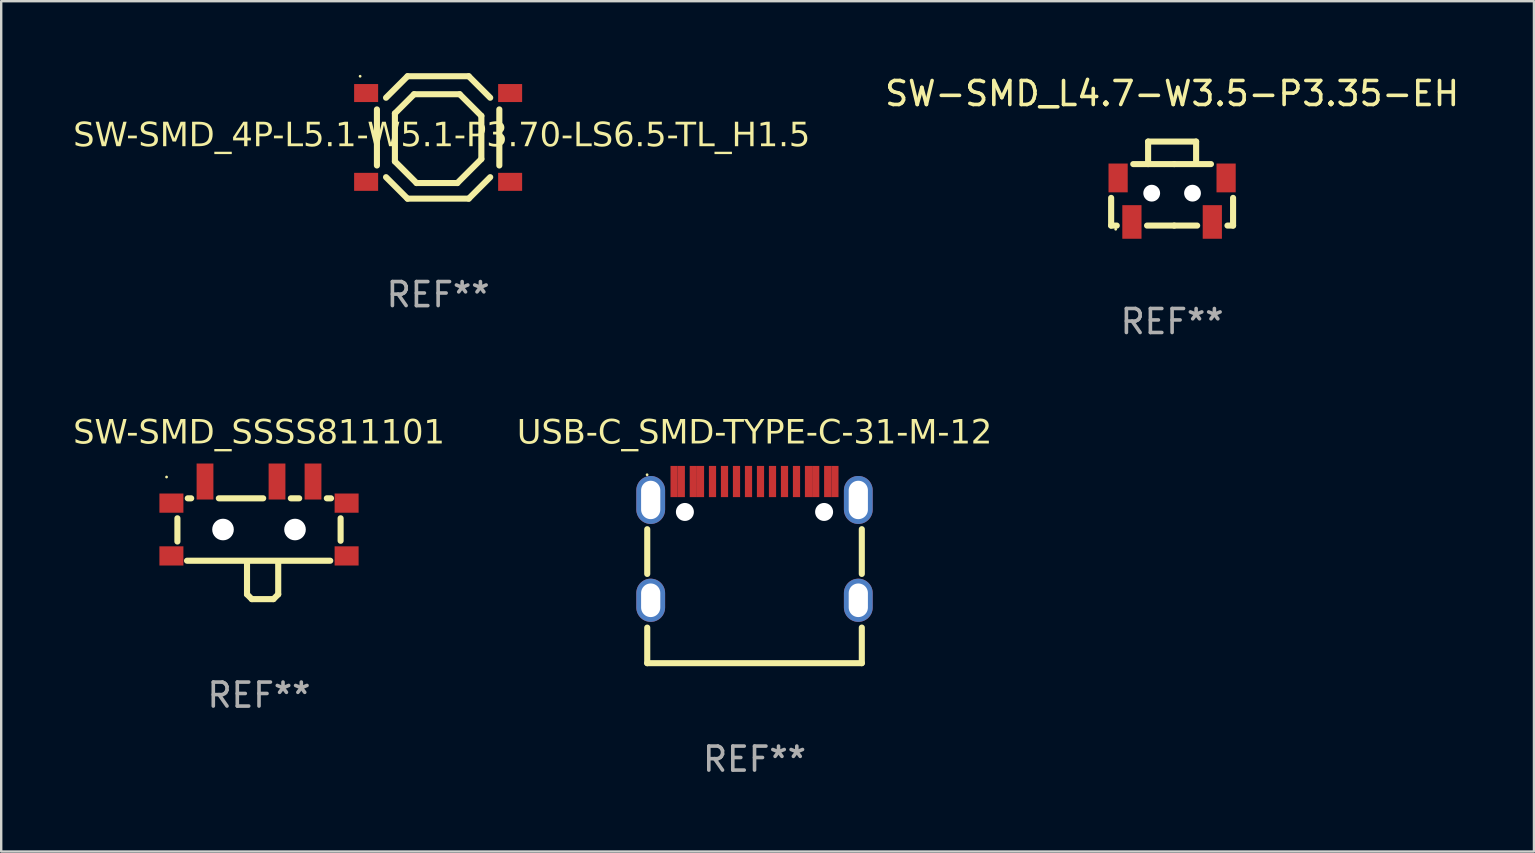
<source format=kicad_pcb>
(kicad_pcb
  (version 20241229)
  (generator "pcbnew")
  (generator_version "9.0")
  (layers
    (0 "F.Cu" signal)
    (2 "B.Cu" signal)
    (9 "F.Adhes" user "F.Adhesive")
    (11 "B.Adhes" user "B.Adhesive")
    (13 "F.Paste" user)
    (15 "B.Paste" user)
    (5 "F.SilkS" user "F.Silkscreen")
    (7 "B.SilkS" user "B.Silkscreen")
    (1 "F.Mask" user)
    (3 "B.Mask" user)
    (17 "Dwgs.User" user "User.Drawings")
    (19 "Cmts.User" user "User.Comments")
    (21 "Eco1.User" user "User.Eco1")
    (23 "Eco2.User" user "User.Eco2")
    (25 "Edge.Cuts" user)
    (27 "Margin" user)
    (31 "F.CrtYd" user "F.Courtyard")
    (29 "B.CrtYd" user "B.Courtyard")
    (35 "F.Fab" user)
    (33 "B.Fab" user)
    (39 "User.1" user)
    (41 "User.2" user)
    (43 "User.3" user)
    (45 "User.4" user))
  (footprint "SW-SMD_L4.7-W3.5-P3.35-EH"
    (layer "F.Cu")
    (at 45.787 5.281)
    (property "Reference" "SW-SMD_L4.7-W3.5-P3.35-EH" (at 0 -4.432 0) (layer "F.SilkS") (effects (font (size 1 1) (thickness 0.15))))
    (attr smd)
    (fp_line (start -2.54 1.068) (end -2.54 -0.086) (stroke (width 0.254) (type solid)) (layer "F.SilkS"))
    (fp_line (start -2.306 1.068) (end -2.54 1.068) (stroke (width 0.254) (type solid)) (layer "F.SilkS"))
    (fp_line (start -1 -2.432) (end -1 -1.494) (stroke (width 0.254) (type solid)) (layer "F.SilkS"))
    (fp_line (start -1 -2.432) (end 1 -2.432) (stroke (width 0.254) (type solid)) (layer "F.SilkS"))
    (fp_line (start 0.088 -1.494) (end -1.619 -1.494) (stroke (width 0.254) (type solid)) (layer "F.SilkS"))
    (fp_line (start 0.088 -1.494) (end 1.619 -1.494) (stroke (width 0.254) (type solid)) (layer "F.SilkS"))
    (fp_line (start 0.088 1.068) (end -1.044 1.068) (stroke (width 0.254) (type solid)) (layer "F.SilkS"))
    (fp_line (start 0.088 1.068) (end 1.044 1.068) (stroke (width 0.254) (type solid)) (layer "F.SilkS"))
    (fp_line (start 1 -2.432) (end 1 -1.513) (stroke (width 0.254) (type solid)) (layer "F.SilkS"))
    (fp_line (start 2.306 1.068) (end 2.54 1.068) (stroke (width 0.254) (type solid)) (layer "F.SilkS"))
    (fp_line (start 2.54 1.068) (end 2.54 -0.086) (stroke (width 0.254) (type solid)) (layer "F.SilkS"))
    (fp_circle (center -2.35 1.22) (end -2.32 1.22) (stroke (width 0.06) (type solid)) (fill no) (layer "F.SilkS"))
    (fp_circle (center -0.85 -0.282) (end -0.725 -0.282) (stroke (width 0.25) (type solid)) (fill no) (layer "F.Fab"))
    (fp_circle (center 0.85 -0.282) (end 0.975 -0.282) (stroke (width 0.25) (type solid)) (fill no) (layer "F.Fab"))
    (fp_text user "REF**" (at 0 5.068 0) (layer "F.Fab") (effects (font (size 1 1) (thickness 0.15))))
    (pad "" np_thru_hole circle (at -0.85 -0.282) (size 0.7 0.7) (drill 0.7) (layers "*.Cu" "*.Mask"))
    (pad "" np_thru_hole circle (at 0.85 -0.282) (size 0.7 0.7) (drill 0.7) (layers "*.Cu" "*.Mask"))
    (pad "1" smd rect (at -1.675 0.917) (size 0.8 1.4) (layers "F.Cu" "F.Mask" "F.Paste"))
    (pad "2" smd rect (at 1.675 0.917) (size 0.8 1.4) (layers "F.Cu" "F.Mask" "F.Paste"))
    (pad "3" smd rect (at -2.25 -0.917) (size 0.8 1.2) (layers "F.Cu" "F.Mask" "F.Paste"))
    (pad "4" smd rect (at 2.25 -0.917) (size 0.8 1.2) (layers "F.Cu" "F.Mask" "F.Paste")))
  (footprint "USB-C_SMD-TYPE-C-31-M-12"
    (layer "F.Cu")
    (at 28.387 19.487)
    (property "Reference" "USB-C_SMD-TYPE-C-31-M-12" (at 0.001 -4.474 0) (layer "F.SilkS") (effects (font (face "Anko Personal Use SemBd") (size 1 1) (thickness 0.15))))
    (attr through_hole)
    (fp_line (start -4.469 1.376) (end -4.469 -0.487) (stroke (width 0.254) (type solid)) (layer "F.SilkS"))
    (fp_line (start -4.469 5.094) (end -4.469 3.613) (stroke (width 0.254) (type solid)) (layer "F.SilkS"))
    (fp_line (start 4.471 1.376) (end 4.471 -0.488) (stroke (width 0.254) (type solid)) (layer "F.SilkS"))
    (fp_line (start 4.471 5.094) (end -4.469 5.094) (stroke (width 0.254) (type solid)) (layer "F.SilkS"))
    (fp_line (start 4.471 5.094) (end 4.471 3.612) (stroke (width 0.254) (type solid)) (layer "F.SilkS"))
    (fp_circle (center -4.475 -2.756) (end -4.445 -2.756) (stroke (width 0.06) (type solid)) (fill no) (layer "F.SilkS"))
    (fp_circle (center -2.9 -1.206) (end -2.775 -1.206) (stroke (width 0.25) (type solid)) (fill no) (layer "F.Fab"))
    (fp_circle (center 2.9 -1.206) (end 3.025 -1.206) (stroke (width 0.25) (type solid)) (fill no) (layer "F.Fab"))
    (fp_text user "REF**" (at 0.001 9.094 0) (layer "F.Fab") (effects (font (size 1 1) (thickness 0.15))))
    (pad "" np_thru_hole circle (at -2.9 -1.206) (size 0.75 0.75) (drill 0.75) (layers "*.Cu" "*.Mask"))
    (pad "" np_thru_hole circle (at 2.9 -1.206) (size 0.75 0.75) (drill 0.75) (layers "*.Cu" "*.Mask"))
    (pad "0" thru_hole oval (at -4.325 -1.706) (size 1.2 2) (drill oval 0.8 1.6) (layers "*.Cu" "*.Mask"))
    (pad "1" thru_hole oval (at 4.325 -1.706) (size 1.2 2) (drill oval 0.8 1.6) (layers "*.Cu" "*.Mask"))
    (pad "2" thru_hole oval (at 4.325 2.474) (size 1.2 1.8) (drill oval 0.8 1.4) (layers "*.Cu" "*.Mask"))
    (pad "3" thru_hole oval (at -4.325 2.474) (size 1.2 1.8) (drill oval 0.8 1.4) (layers "*.Cu" "*.Mask"))
    (pad "A1" smd rect (at -3.35 -2.474) (size 0.3 1.3) (layers "F.Cu" "F.Mask" "F.Paste"))
    (pad "A4" smd rect (at -2.55 -2.474) (size 0.3 1.3) (layers "F.Cu" "F.Mask" "F.Paste"))
    (pad "A5" smd rect (at -1.25 -2.474) (size 0.3 1.3) (layers "F.Cu" "F.Mask" "F.Paste"))
    (pad "A6" smd rect (at -0.25 -2.474) (size 0.3 1.3) (layers "F.Cu" "F.Mask" "F.Paste"))
    (pad "A7" smd rect (at 0.25 -2.474) (size 0.3 1.3) (layers "F.Cu" "F.Mask" "F.Paste"))
    (pad "A8" smd rect (at 1.25 -2.474) (size 0.3 1.3) (layers "F.Cu" "F.Mask" "F.Paste"))
    (pad "A9" smd rect (at 2.55 -2.474) (size 0.3 1.3) (layers "F.Cu" "F.Mask" "F.Paste"))
    (pad "A12" smd rect (at 3.35 -2.474) (size 0.3 1.3) (layers "F.Cu" "F.Mask" "F.Paste"))
    (pad "B1" smd rect (at 3.05 -2.474) (size 0.3 1.3) (layers "F.Cu" "F.Mask" "F.Paste"))
    (pad "B4" smd rect (at 2.25 -2.474) (size 0.3 1.3) (layers "F.Cu" "F.Mask" "F.Paste"))
    (pad "B5" smd rect (at 1.75 -2.474) (size 0.3 1.3) (layers "F.Cu" "F.Mask" "F.Paste"))
    (pad "B6" smd rect (at 0.75 -2.474) (size 0.3 1.3) (layers "F.Cu" "F.Mask" "F.Paste"))
    (pad "B7" smd rect (at -0.75 -2.474) (size 0.3 1.3) (layers "F.Cu" "F.Mask" "F.Paste"))
    (pad "B8" smd rect (at -1.75 -2.474) (size 0.3 1.3) (layers "F.Cu" "F.Mask" "F.Paste"))
    (pad "B9" smd rect (at -2.25 -2.474) (size 0.3 1.3) (layers "F.Cu" "F.Mask" "F.Paste"))
    (pad "B12" smd rect (at -3.05 -2.474) (size 0.3 1.3) (layers "F.Cu" "F.Mask" "F.Paste")))
  (footprint "SW-SMD_SSSS811101"
    (layer "F.Cu")
    (at 7.742 18.563)
    (property "Reference" "SW-SMD_SSSS811101" (at 0 -3.55 0) (layer "F.SilkS") (effects (font (face "Anko Personal Use SemBd") (size 1 1) (thickness 0.15))))
    (attr smd)
    (fp_line (start -3.4 0.95) (end -3.4 -0.019) (stroke (width 0.254) (type solid)) (layer "F.SilkS"))
    (fp_line (start -2.969 -0.85) (end -2.826 -0.85) (stroke (width 0.254) (type solid)) (layer "F.SilkS"))
    (fp_line (start -1.674 -0.85) (end 0.174 -0.85) (stroke (width 0.254) (type solid)) (layer "F.SilkS"))
    (fp_line (start -0.5 3.15) (end -0.5 1.85) (stroke (width 0.254) (type solid)) (layer "F.SilkS"))
    (fp_line (start -0.3 3.35) (end -0.5 3.15) (stroke (width 0.254) (type solid)) (layer "F.SilkS"))
    (fp_line (start -0.3 3.35) (end 0.6 3.35) (stroke (width 0.254) (type solid)) (layer "F.SilkS"))
    (fp_line (start 0.6 3.35) (end 0.8 3.15) (stroke (width 0.254) (type solid)) (layer "F.SilkS"))
    (fp_line (start 0.8 3.15) (end 0.8 1.85) (stroke (width 0.254) (type solid)) (layer "F.SilkS"))
    (fp_line (start 1.326 -0.85) (end 1.674 -0.85) (stroke (width 0.254) (type solid)) (layer "F.SilkS"))
    (fp_line (start 2.826 -0.85) (end 3 -0.85) (stroke (width 0.254) (type solid)) (layer "F.SilkS"))
    (fp_line (start 2.969 1.75) (end -3 1.75) (stroke (width 0.254) (type solid)) (layer "F.SilkS"))
    (fp_line (start 3.4 -0.019) (end 3.4 0.919) (stroke (width 0.254) (type solid)) (layer "F.SilkS"))
    (fp_circle (center -3.852 -1.738) (end -3.822 -1.738) (stroke (width 0.06) (type solid)) (fill no) (layer "F.SilkS"))
    (fp_circle (center -1.5 0.45) (end -1.3 0.45) (stroke (width 0.4) (type solid)) (fill no) (layer "F.Fab"))
    (fp_circle (center 1.5 0.45) (end 1.7 0.45) (stroke (width 0.4) (type solid)) (fill no) (layer "F.Fab"))
    (fp_text user "REF**" (at 0 7.35 0) (layer "F.Fab") (effects (font (size 1 1) (thickness 0.15))))
    (pad "" np_thru_hole circle (at -1.5 0.45) (size 0.9 0.9) (drill 0.9) (layers "*.Cu" "*.Mask"))
    (pad "" np_thru_hole circle (at 1.5 0.45) (size 0.9 0.9) (drill 0.9) (layers "*.Cu" "*.Mask"))
    (pad "1" smd rect (at -2.25 -1.55) (size 0.7 1.5) (layers "F.Cu" "F.Mask" "F.Paste"))
    (pad "2" smd rect (at 0.75 -1.55) (size 0.7 1.5) (layers "F.Cu" "F.Mask" "F.Paste"))
    (pad "3" smd rect (at 2.25 -1.55) (size 0.7 1.5) (layers "F.Cu" "F.Mask" "F.Paste"))
    (pad "4" smd rect (at -3.65 -0.65 90) (size 0.8 1) (layers "F.Cu" "F.Mask" "F.Paste"))
    (pad "5" smd rect (at 3.65 -0.65 90) (size 0.8 1) (layers "F.Cu" "F.Mask" "F.Paste"))
    (pad "6" smd rect (at 3.65 1.55 90) (size 0.8 1) (layers "F.Cu" "F.Mask" "F.Paste"))
    (pad "7" smd rect (at -3.65 1.55 90) (size 0.8 1) (layers "F.Cu" "F.Mask" "F.Paste")))
  (footprint "SW-SMD_4P-L5.1-W5.1-P3.70-LS6.5-TL_H1.5"
    (layer "F.Cu")
    (at 15.205 2.677)
    (property "Reference" "SW-SMD_4P-L5.1-W5.1-P3.70-LS6.5-TL_H1.5" (at 0.15 -0.05 0) (layer "F.SilkS") (effects (font (face "Anko Personal Use SemBd") (size 1 1) (thickness 0.15))))
    (attr smd)
    (fp_line (start -2.55 -1.168) (end -2.55 1.168) (stroke (width 0.254) (type solid)) (layer "F.SilkS"))
    (fp_line (start -2.17 1.655) (end -1.275 2.55) (stroke (width 0.254) (type solid)) (layer "F.SilkS"))
    (fp_line (start -1.801 -1.001) (end -1.001 -1.801) (stroke (width 0.254) (type solid)) (layer "F.SilkS"))
    (fp_line (start -1.801 0.998) (end -1.801 -1.001) (stroke (width 0.254) (type solid)) (layer "F.SilkS"))
    (fp_line (start -1.275 -2.55) (end -2.17 -1.655) (stroke (width 0.254) (type solid)) (layer "F.SilkS"))
    (fp_line (start -1.275 -2.55) (end 1.275 -2.55) (stroke (width 0.254) (type solid)) (layer "F.SilkS"))
    (fp_line (start -1.275 2.55) (end 1.275 2.55) (stroke (width 0.254) (type solid)) (layer "F.SilkS"))
    (fp_line (start -1.001 -1.801) (end 0.899 -1.801) (stroke (width 0.254) (type solid)) (layer "F.SilkS"))
    (fp_line (start -0.899 1.9) (end -1.801 0.998) (stroke (width 0.254) (type solid)) (layer "F.SilkS"))
    (fp_line (start 0.8 1.9) (end -0.899 1.9) (stroke (width 0.254) (type solid)) (layer "F.SilkS"))
    (fp_line (start 0.899 -1.801) (end 1.801 -0.899) (stroke (width 0.254) (type solid)) (layer "F.SilkS"))
    (fp_line (start 1.275 -2.55) (end 2.17 -1.655) (stroke (width 0.254) (type solid)) (layer "F.SilkS"))
    (fp_line (start 1.801 -0.899) (end 1.801 0.899) (stroke (width 0.254) (type solid)) (layer "F.SilkS"))
    (fp_line (start 1.801 0.899) (end 0.8 1.9) (stroke (width 0.254) (type solid)) (layer "F.SilkS"))
    (fp_line (start 2.17 1.655) (end 1.275 2.55) (stroke (width 0.254) (type solid)) (layer "F.SilkS"))
    (fp_line (start 2.55 -1.168) (end 2.55 1.168) (stroke (width 0.254) (type solid)) (layer "F.SilkS"))
    (fp_circle (center -3.25 -2.55) (end -3.22 -2.55) (stroke (width 0.06) (type solid)) (fill no) (layer "F.SilkS"))
    (fp_text user "REF**" (at 0 6.55 0) (layer "F.Fab") (effects (font (size 1 1) (thickness 0.15))))
    (pad "1" smd rect (at -3 -1.85) (size 1 0.75) (layers "F.Cu" "F.Mask" "F.Paste"))
    (pad "2" smd rect (at 3 -1.85) (size 1 0.75) (layers "F.Cu" "F.Mask" "F.Paste"))
    (pad "3" smd rect (at -3 1.85) (size 1 0.75) (layers "F.Cu" "F.Mask" "F.Paste"))
    (pad "4" smd rect (at 3 1.85) (size 1 0.75) (layers "F.Cu" "F.Mask" "F.Paste")))
  (gr_rect
    (start -3 -3)
    (end 60.864 32.43)
    (stroke (width 0.1) (type default))
    (fill no)
    (layer "Edge.Cuts")))
</source>
